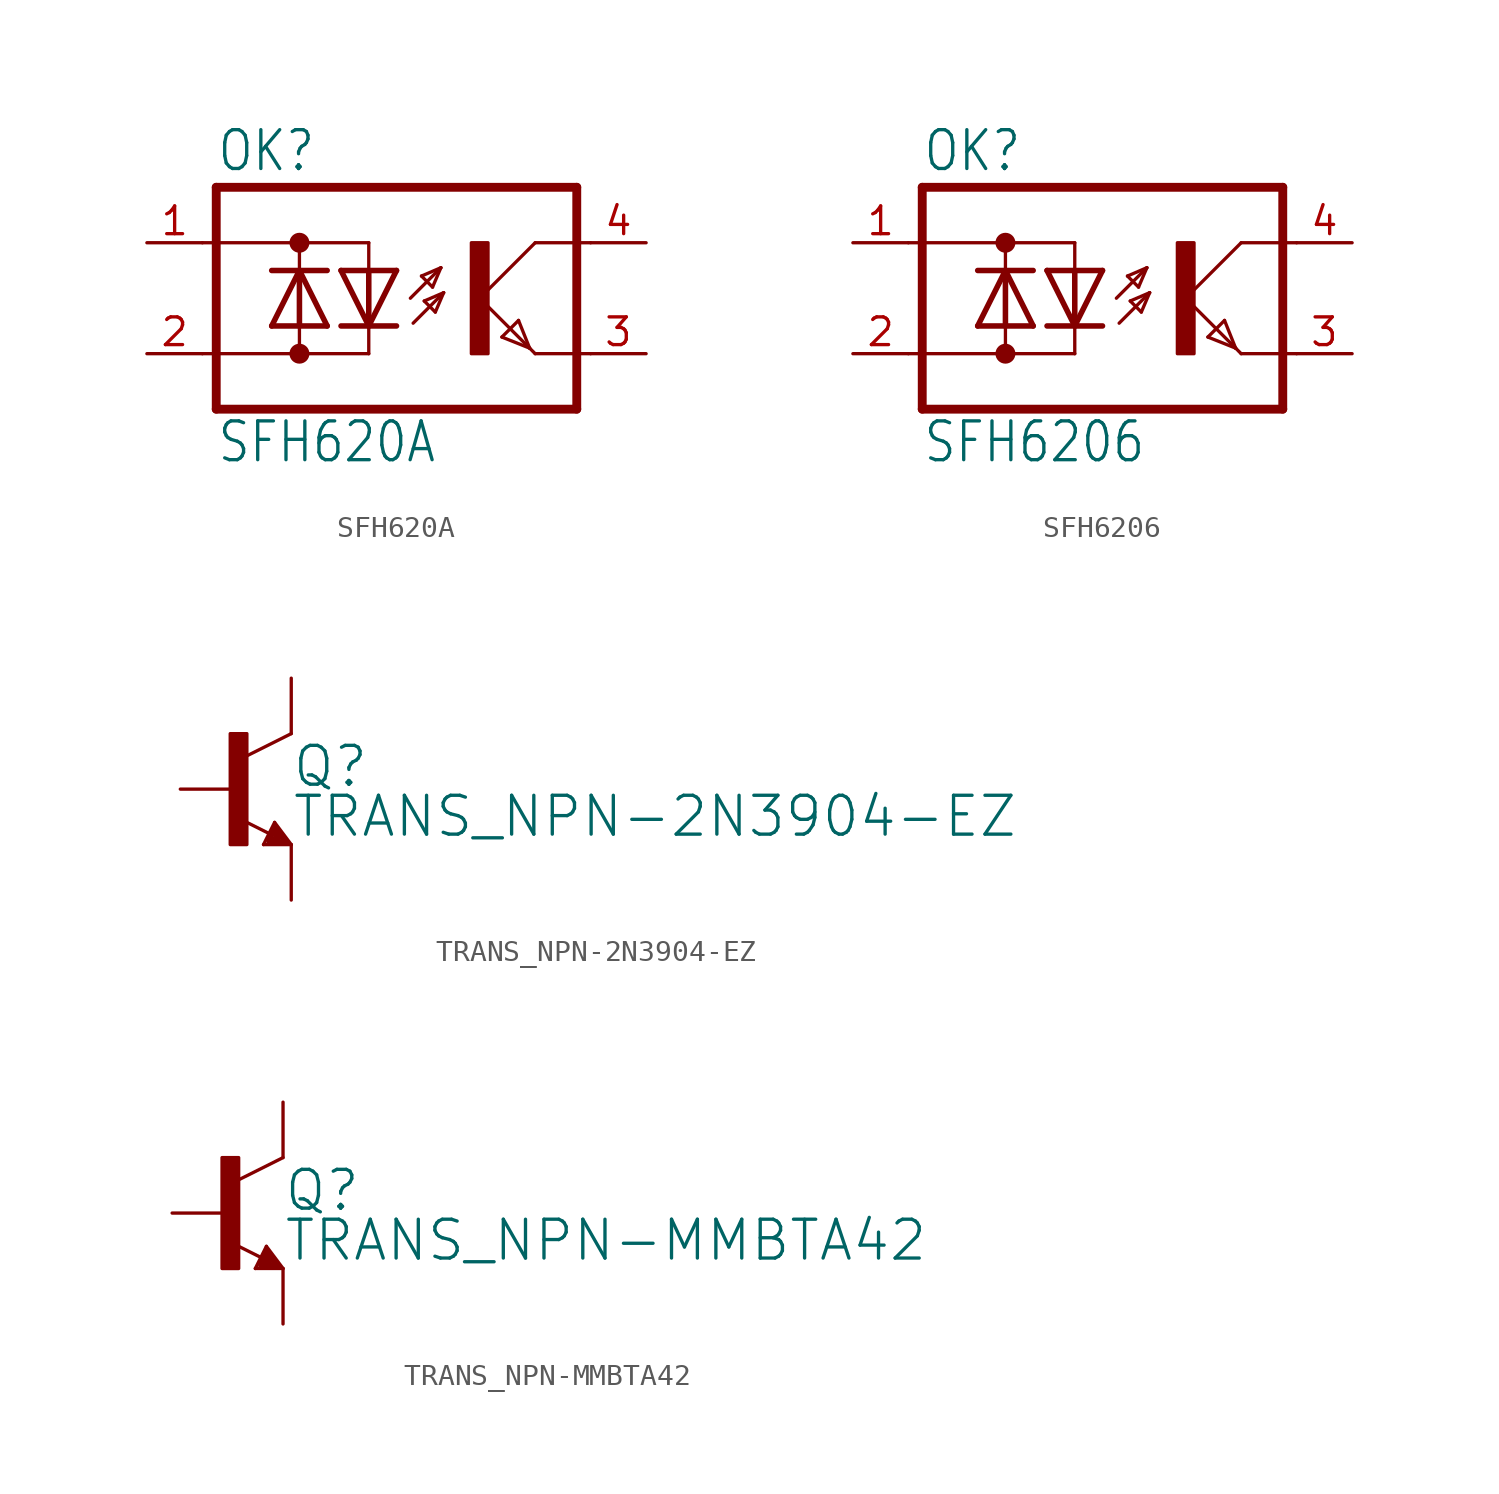
<source format=kicad_sym>
(kicad_symbol_lib
  (version 20220331)
  (generator kicad_symbol_editor)
  (symbol "SFH620A"
    (property "Reference" "OK"
      (at -6.985 5.715 0)
      (effects (font (size 1.778 1.511)) (justify left bottom)))
    (property "Value" "SFH620A"
      (at -6.985 -7.62 0)
      (effects (font (size 1.778 1.511)) (justify left bottom)))
    (property "ki_locked" ""
      (at 0 0 0)
      (effects (font (size 1.27 1.27))))
    (symbol "SFH620A_1_0"
      (circle (center -3.175 -2.54) (radius 0.254) (stroke (width 0.406) (type solid)) (fill (type none)))
      (circle (center -3.175 2.54) (radius 0.254) (stroke (width 0.406) (type solid)) (fill (type none)))
      (polyline (pts (xy -6.985 -5.08) (xy 9.525 -5.08)) (stroke (width 0.406) (type solid)) (fill (type none)))
      (polyline (pts (xy -6.985 5.08) (xy -6.985 -5.08)) (stroke (width 0.406) (type solid)) (fill (type none)))
      (polyline (pts (xy -6.985 5.08) (xy 9.525 5.08)) (stroke (width 0.406) (type solid)) (fill (type none)))
      (polyline (pts (xy -4.445 -1.27) (xy -3.175 -1.27)) (stroke (width 0.254) (type solid)) (fill (type none)))
      (polyline (pts (xy -4.445 -1.27) (xy -3.175 1.27)) (stroke (width 0.254) (type solid)) (fill (type none)))
      (polyline (pts (xy -4.445 1.27) (xy -3.175 1.27)) (stroke (width 0.254) (type solid)) (fill (type none)))
      (polyline (pts (xy -3.175 -2.54) (xy -7.62 -2.54)) (stroke (width 0.152) (type solid)) (fill (type none)))
      (polyline (pts (xy -3.175 -2.54) (xy -3.175 -1.27)) (stroke (width 0.152) (type solid)) (fill (type none)))
      (polyline (pts (xy -3.175 -2.54) (xy 0 -2.54)) (stroke (width 0.152) (type solid)) (fill (type none)))
      (polyline (pts (xy -3.175 -1.27) (xy -3.175 1.27)) (stroke (width 0.254) (type solid)) (fill (type none)))
      (polyline (pts (xy -3.175 -1.27) (xy -1.905 -1.27)) (stroke (width 0.254) (type solid)) (fill (type none)))
      (polyline (pts (xy -3.175 1.27) (xy -1.905 -1.27)) (stroke (width 0.254) (type solid)) (fill (type none)))
      (polyline (pts (xy -3.175 1.27) (xy -1.905 1.27)) (stroke (width 0.254) (type solid)) (fill (type none)))
      (polyline (pts (xy -3.175 2.54) (xy -7.62 2.54)) (stroke (width 0.152) (type solid)) (fill (type none)))
      (polyline (pts (xy -3.175 2.54) (xy -3.175 1.27)) (stroke (width 0.152) (type solid)) (fill (type none)))
      (polyline (pts (xy -3.175 2.54) (xy 0 2.54)) (stroke (width 0.152) (type solid)) (fill (type none)))
      (polyline (pts (xy 0 -2.54) (xy 0 -1.27)) (stroke (width 0.152) (type solid)) (fill (type none)))
      (polyline (pts (xy 0 -1.27) (xy -1.27 -1.27)) (stroke (width 0.254) (type solid)) (fill (type none)))
      (polyline (pts (xy 0 -1.27) (xy -1.27 1.27)) (stroke (width 0.254) (type solid)) (fill (type none)))
      (polyline (pts (xy 0 1.27) (xy -1.27 1.27)) (stroke (width 0.254) (type solid)) (fill (type none)))
      (polyline (pts (xy 0 1.27) (xy 0 -1.27)) (stroke (width 0.254) (type solid)) (fill (type none)))
      (polyline (pts (xy 0 2.54) (xy 0 1.27)) (stroke (width 0.152) (type solid)) (fill (type none)))
      (polyline (pts (xy 1.27 -1.27) (xy 0 -1.27)) (stroke (width 0.254) (type solid)) (fill (type none)))
      (polyline (pts (xy 1.27 1.27) (xy 0 -1.27)) (stroke (width 0.254) (type solid)) (fill (type none)))
      (polyline (pts (xy 1.27 1.27) (xy 0 1.27)) (stroke (width 0.254) (type solid)) (fill (type none)))
      (polyline (pts (xy 1.905 0) (xy 3.302 1.397)) (stroke (width 0.152) (type solid)) (fill (type none)))
      (polyline (pts (xy 2.032 -1.143) (xy 3.429 0.254)) (stroke (width 0.152) (type solid)) (fill (type none)))
      (polyline (pts (xy 2.413 1.016) (xy 2.921 0.508)) (stroke (width 0.152) (type solid)) (fill (type none)))
      (polyline (pts (xy 2.54 -0.127) (xy 3.048 -0.635)) (stroke (width 0.152) (type solid)) (fill (type none)))
      (polyline (pts (xy 2.921 0.508) (xy 3.302 1.397)) (stroke (width 0.152) (type solid)) (fill (type none)))
      (polyline (pts (xy 3.048 -0.635) (xy 3.429 0.254)) (stroke (width 0.152) (type solid)) (fill (type none)))
      (polyline (pts (xy 3.302 1.397) (xy 2.413 1.016)) (stroke (width 0.152) (type solid)) (fill (type none)))
      (polyline (pts (xy 3.429 0.254) (xy 2.54 -0.127)) (stroke (width 0.152) (type solid)) (fill (type none)))
      (polyline (pts (xy 5.08 0) (xy 7.366 -2.286)) (stroke (width 0.152) (type solid)) (fill (type none)))
      (polyline (pts (xy 6.096 -1.778) (xy 6.858 -1.016)) (stroke (width 0.152) (type solid)) (fill (type none)))
      (polyline (pts (xy 6.858 -1.016) (xy 7.366 -2.286)) (stroke (width 0.152) (type solid)) (fill (type none)))
      (polyline (pts (xy 7.366 -2.286) (xy 6.096 -1.778)) (stroke (width 0.152) (type solid)) (fill (type none)))
      (polyline (pts (xy 7.366 -2.286) (xy 7.62 -2.54)) (stroke (width 0.152) (type solid)) (fill (type none)))
      (polyline (pts (xy 7.62 -2.54) (xy 10.16 -2.54)) (stroke (width 0.152) (type solid)) (fill (type none)))
      (polyline (pts (xy 7.62 2.54) (xy 5.08 0)) (stroke (width 0.152) (type solid)) (fill (type none)))
      (polyline (pts (xy 7.62 2.54) (xy 10.16 2.54)) (stroke (width 0.152) (type solid)) (fill (type none)))
      (polyline (pts (xy 9.525 5.08) (xy 9.525 -5.08)) (stroke (width 0.406) (type solid)) (fill (type none)))
      (rectangle (start 4.699 -2.54) (end 5.461 2.54) (stroke (width 0) (type default)) (fill (type outline)))
      (pin passive line (at -10.16 2.54 0) (length 2.54) (name "AC1" (effects (font (size 0 0)))) (number "1" (effects (font (size 1.27 1.27)))))
      (pin passive line (at -10.16 -2.54 0) (length 2.54) (name "AC2" (effects (font (size 0 0)))) (number "2" (effects (font (size 1.27 1.27)))))
      (pin passive line (at 12.7 -2.54 180) (length 2.54) (name "E" (effects (font (size 0 0)))) (number "3" (effects (font (size 1.27 1.27)))))
      (pin passive line (at 12.7 2.54 180) (length 2.54) (name "C" (effects (font (size 0 0)))) (number "4" (effects (font (size 1.27 1.27)))))))
  (symbol "SFH6206"
    (property "Reference" "OK"
      (at -6.985 5.715 0)
      (effects (font (size 1.778 1.511)) (justify left bottom)))
    (property "Value" "SFH6206"
      (at -6.985 -7.62 0)
      (effects (font (size 1.778 1.511)) (justify left bottom)))
    (property "ki_locked" ""
      (at 0 0 0)
      (effects (font (size 1.27 1.27))))
    (symbol "SFH6206_1_0"
      (circle (center -3.175 -2.54) (radius 0.254) (stroke (width 0.406) (type solid)) (fill (type none)))
      (circle (center -3.175 2.54) (radius 0.254) (stroke (width 0.406) (type solid)) (fill (type none)))
      (polyline (pts (xy -6.985 -5.08) (xy 9.525 -5.08)) (stroke (width 0.406) (type solid)) (fill (type none)))
      (polyline (pts (xy -6.985 5.08) (xy -6.985 -5.08)) (stroke (width 0.406) (type solid)) (fill (type none)))
      (polyline (pts (xy -6.985 5.08) (xy 9.525 5.08)) (stroke (width 0.406) (type solid)) (fill (type none)))
      (polyline (pts (xy -4.445 -1.27) (xy -3.175 -1.27)) (stroke (width 0.254) (type solid)) (fill (type none)))
      (polyline (pts (xy -4.445 -1.27) (xy -3.175 1.27)) (stroke (width 0.254) (type solid)) (fill (type none)))
      (polyline (pts (xy -4.445 1.27) (xy -3.175 1.27)) (stroke (width 0.254) (type solid)) (fill (type none)))
      (polyline (pts (xy -3.175 -2.54) (xy -7.62 -2.54)) (stroke (width 0.152) (type solid)) (fill (type none)))
      (polyline (pts (xy -3.175 -2.54) (xy -3.175 -1.27)) (stroke (width 0.152) (type solid)) (fill (type none)))
      (polyline (pts (xy -3.175 -2.54) (xy 0 -2.54)) (stroke (width 0.152) (type solid)) (fill (type none)))
      (polyline (pts (xy -3.175 -1.27) (xy -3.175 1.27)) (stroke (width 0.254) (type solid)) (fill (type none)))
      (polyline (pts (xy -3.175 -1.27) (xy -1.905 -1.27)) (stroke (width 0.254) (type solid)) (fill (type none)))
      (polyline (pts (xy -3.175 1.27) (xy -1.905 -1.27)) (stroke (width 0.254) (type solid)) (fill (type none)))
      (polyline (pts (xy -3.175 1.27) (xy -1.905 1.27)) (stroke (width 0.254) (type solid)) (fill (type none)))
      (polyline (pts (xy -3.175 2.54) (xy -7.62 2.54)) (stroke (width 0.152) (type solid)) (fill (type none)))
      (polyline (pts (xy -3.175 2.54) (xy -3.175 1.27)) (stroke (width 0.152) (type solid)) (fill (type none)))
      (polyline (pts (xy -3.175 2.54) (xy 0 2.54)) (stroke (width 0.152) (type solid)) (fill (type none)))
      (polyline (pts (xy 0 -2.54) (xy 0 -1.27)) (stroke (width 0.152) (type solid)) (fill (type none)))
      (polyline (pts (xy 0 -1.27) (xy -1.27 -1.27)) (stroke (width 0.254) (type solid)) (fill (type none)))
      (polyline (pts (xy 0 -1.27) (xy -1.27 1.27)) (stroke (width 0.254) (type solid)) (fill (type none)))
      (polyline (pts (xy 0 1.27) (xy -1.27 1.27)) (stroke (width 0.254) (type solid)) (fill (type none)))
      (polyline (pts (xy 0 1.27) (xy 0 -1.27)) (stroke (width 0.254) (type solid)) (fill (type none)))
      (polyline (pts (xy 0 2.54) (xy 0 1.27)) (stroke (width 0.152) (type solid)) (fill (type none)))
      (polyline (pts (xy 1.27 -1.27) (xy 0 -1.27)) (stroke (width 0.254) (type solid)) (fill (type none)))
      (polyline (pts (xy 1.27 1.27) (xy 0 -1.27)) (stroke (width 0.254) (type solid)) (fill (type none)))
      (polyline (pts (xy 1.27 1.27) (xy 0 1.27)) (stroke (width 0.254) (type solid)) (fill (type none)))
      (polyline (pts (xy 1.905 0) (xy 3.302 1.397)) (stroke (width 0.152) (type solid)) (fill (type none)))
      (polyline (pts (xy 2.032 -1.143) (xy 3.429 0.254)) (stroke (width 0.152) (type solid)) (fill (type none)))
      (polyline (pts (xy 2.413 1.016) (xy 2.921 0.508)) (stroke (width 0.152) (type solid)) (fill (type none)))
      (polyline (pts (xy 2.54 -0.127) (xy 3.048 -0.635)) (stroke (width 0.152) (type solid)) (fill (type none)))
      (polyline (pts (xy 2.921 0.508) (xy 3.302 1.397)) (stroke (width 0.152) (type solid)) (fill (type none)))
      (polyline (pts (xy 3.048 -0.635) (xy 3.429 0.254)) (stroke (width 0.152) (type solid)) (fill (type none)))
      (polyline (pts (xy 3.302 1.397) (xy 2.413 1.016)) (stroke (width 0.152) (type solid)) (fill (type none)))
      (polyline (pts (xy 3.429 0.254) (xy 2.54 -0.127)) (stroke (width 0.152) (type solid)) (fill (type none)))
      (polyline (pts (xy 5.08 0) (xy 7.366 -2.286)) (stroke (width 0.152) (type solid)) (fill (type none)))
      (polyline (pts (xy 6.096 -1.778) (xy 6.858 -1.016)) (stroke (width 0.152) (type solid)) (fill (type none)))
      (polyline (pts (xy 6.858 -1.016) (xy 7.366 -2.286)) (stroke (width 0.152) (type solid)) (fill (type none)))
      (polyline (pts (xy 7.366 -2.286) (xy 6.096 -1.778)) (stroke (width 0.152) (type solid)) (fill (type none)))
      (polyline (pts (xy 7.366 -2.286) (xy 7.62 -2.54)) (stroke (width 0.152) (type solid)) (fill (type none)))
      (polyline (pts (xy 7.62 -2.54) (xy 10.16 -2.54)) (stroke (width 0.152) (type solid)) (fill (type none)))
      (polyline (pts (xy 7.62 2.54) (xy 5.08 0)) (stroke (width 0.152) (type solid)) (fill (type none)))
      (polyline (pts (xy 7.62 2.54) (xy 10.16 2.54)) (stroke (width 0.152) (type solid)) (fill (type none)))
      (polyline (pts (xy 9.525 5.08) (xy 9.525 -5.08)) (stroke (width 0.406) (type solid)) (fill (type none)))
      (rectangle (start 4.699 -2.54) (end 5.461 2.54) (stroke (width 0) (type default)) (fill (type outline)))
      (pin passive line (at -10.16 2.54 0) (length 2.54) (name "AC1" (effects (font (size 0 0)))) (number "1" (effects (font (size 1.27 1.27)))))
      (pin passive line (at -10.16 -2.54 0) (length 2.54) (name "AC2" (effects (font (size 0 0)))) (number "2" (effects (font (size 1.27 1.27)))))
      (pin passive line (at 12.7 -2.54 180) (length 2.54) (name "E" (effects (font (size 0 0)))) (number "3" (effects (font (size 1.27 1.27)))))
      (pin passive line (at 12.7 2.54 180) (length 2.54) (name "C" (effects (font (size 0 0)))) (number "4" (effects (font (size 1.27 1.27)))))))
  (symbol "TRANS_NPN-2N3904-EZ"
    (property "Reference" "Q"
      (at 2.54 0 0)
      (effects (font (size 1.778 1.778)) (justify left bottom)))
    (property "Value" "TRANS_NPN-2N3904-EZ"
      (at 2.54 -2.286 0)
      (effects (font (size 1.778 1.778)) (justify left bottom)))
    (property "ki_locked" ""
      (at 0 0 0)
      (effects (font (size 1.27 1.27))))
    (symbol "TRANS_NPN-2N3904-EZ_1_0"
      (rectangle (start -0.254 -2.54) (end 0.508 2.54) (stroke (width 0) (type default)) (fill (type outline)))
      (polyline (pts (xy 1.27 -2.54) (xy 1.778 -1.524)) (stroke (width 0.152) (type solid)) (fill (type none)))
      (polyline (pts (xy 1.524 -2.413) (xy 2.286 -2.413)) (stroke (width 0.254) (type solid)) (fill (type none)))
      (polyline (pts (xy 1.524 -2.286) (xy 1.905 -2.286)) (stroke (width 0.254) (type solid)) (fill (type none)))
      (polyline (pts (xy 1.54 -2.04) (xy 0.308 -1.424)) (stroke (width 0.152) (type solid)) (fill (type none)))
      (polyline (pts (xy 1.778 -1.778) (xy 1.524 -2.286)) (stroke (width 0.254) (type solid)) (fill (type none)))
      (polyline (pts (xy 1.778 -1.524) (xy 2.54 -2.54)) (stroke (width 0.152) (type solid)) (fill (type none)))
      (polyline (pts (xy 1.905 -2.286) (xy 1.778 -2.032)) (stroke (width 0.254) (type solid)) (fill (type none)))
      (polyline (pts (xy 2.286 -2.413) (xy 1.778 -1.778)) (stroke (width 0.254) (type solid)) (fill (type none)))
      (polyline (pts (xy 2.54 -2.54) (xy 1.27 -2.54)) (stroke (width 0.152) (type solid)) (fill (type none)))
      (polyline (pts (xy 2.54 2.54) (xy 0.508 1.524)) (stroke (width 0.152) (type solid)) (fill (type none)))
      (pin passive line (at 2.54 -5.08 90) (length 2.54) (name "E" (effects (font (size 0 0)))) (number "1" (effects (font (size 0 0)))))
      (pin passive line (at -2.54 0 0) (length 2.54) (name "B" (effects (font (size 0 0)))) (number "2" (effects (font (size 0 0)))))
      (pin passive line (at 2.54 5.08 270) (length 2.54) (name "C" (effects (font (size 0 0)))) (number "3" (effects (font (size 0 0)))))))
  (symbol "TRANS_NPN-MMBTA42"
    (property "Reference" "Q"
      (at 2.54 0 0)
      (effects (font (size 1.778 1.778)) (justify left bottom)))
    (property "Value" "TRANS_NPN-MMBTA42"
      (at 2.54 -2.286 0)
      (effects (font (size 1.778 1.778)) (justify left bottom)))
    (property "ki_locked" ""
      (at 0 0 0)
      (effects (font (size 1.27 1.27))))
    (symbol "TRANS_NPN-MMBTA42_1_0"
      (rectangle (start -0.254 -2.54) (end 0.508 2.54) (stroke (width 0) (type default)) (fill (type outline)))
      (polyline (pts (xy 1.27 -2.54) (xy 1.778 -1.524)) (stroke (width 0.152) (type solid)) (fill (type none)))
      (polyline (pts (xy 1.524 -2.413) (xy 2.286 -2.413)) (stroke (width 0.254) (type solid)) (fill (type none)))
      (polyline (pts (xy 1.524 -2.286) (xy 1.905 -2.286)) (stroke (width 0.254) (type solid)) (fill (type none)))
      (polyline (pts (xy 1.54 -2.04) (xy 0.308 -1.424)) (stroke (width 0.152) (type solid)) (fill (type none)))
      (polyline (pts (xy 1.778 -1.778) (xy 1.524 -2.286)) (stroke (width 0.254) (type solid)) (fill (type none)))
      (polyline (pts (xy 1.778 -1.524) (xy 2.54 -2.54)) (stroke (width 0.152) (type solid)) (fill (type none)))
      (polyline (pts (xy 1.905 -2.286) (xy 1.778 -2.032)) (stroke (width 0.254) (type solid)) (fill (type none)))
      (polyline (pts (xy 2.286 -2.413) (xy 1.778 -1.778)) (stroke (width 0.254) (type solid)) (fill (type none)))
      (polyline (pts (xy 2.54 -2.54) (xy 1.27 -2.54)) (stroke (width 0.152) (type solid)) (fill (type none)))
      (polyline (pts (xy 2.54 2.54) (xy 0.508 1.524)) (stroke (width 0.152) (type solid)) (fill (type none)))
      (pin passive line (at -2.54 0 0) (length 2.54) (name "B" (effects (font (size 0 0)))) (number "1" (effects (font (size 0 0)))))
      (pin passive line (at 2.54 -5.08 90) (length 2.54) (name "E" (effects (font (size 0 0)))) (number "2" (effects (font (size 0 0)))))
      (pin passive line (at 2.54 5.08 270) (length 2.54) (name "C" (effects (font (size 0 0)))) (number "3" (effects (font (size 0 0))))))))
</source>
